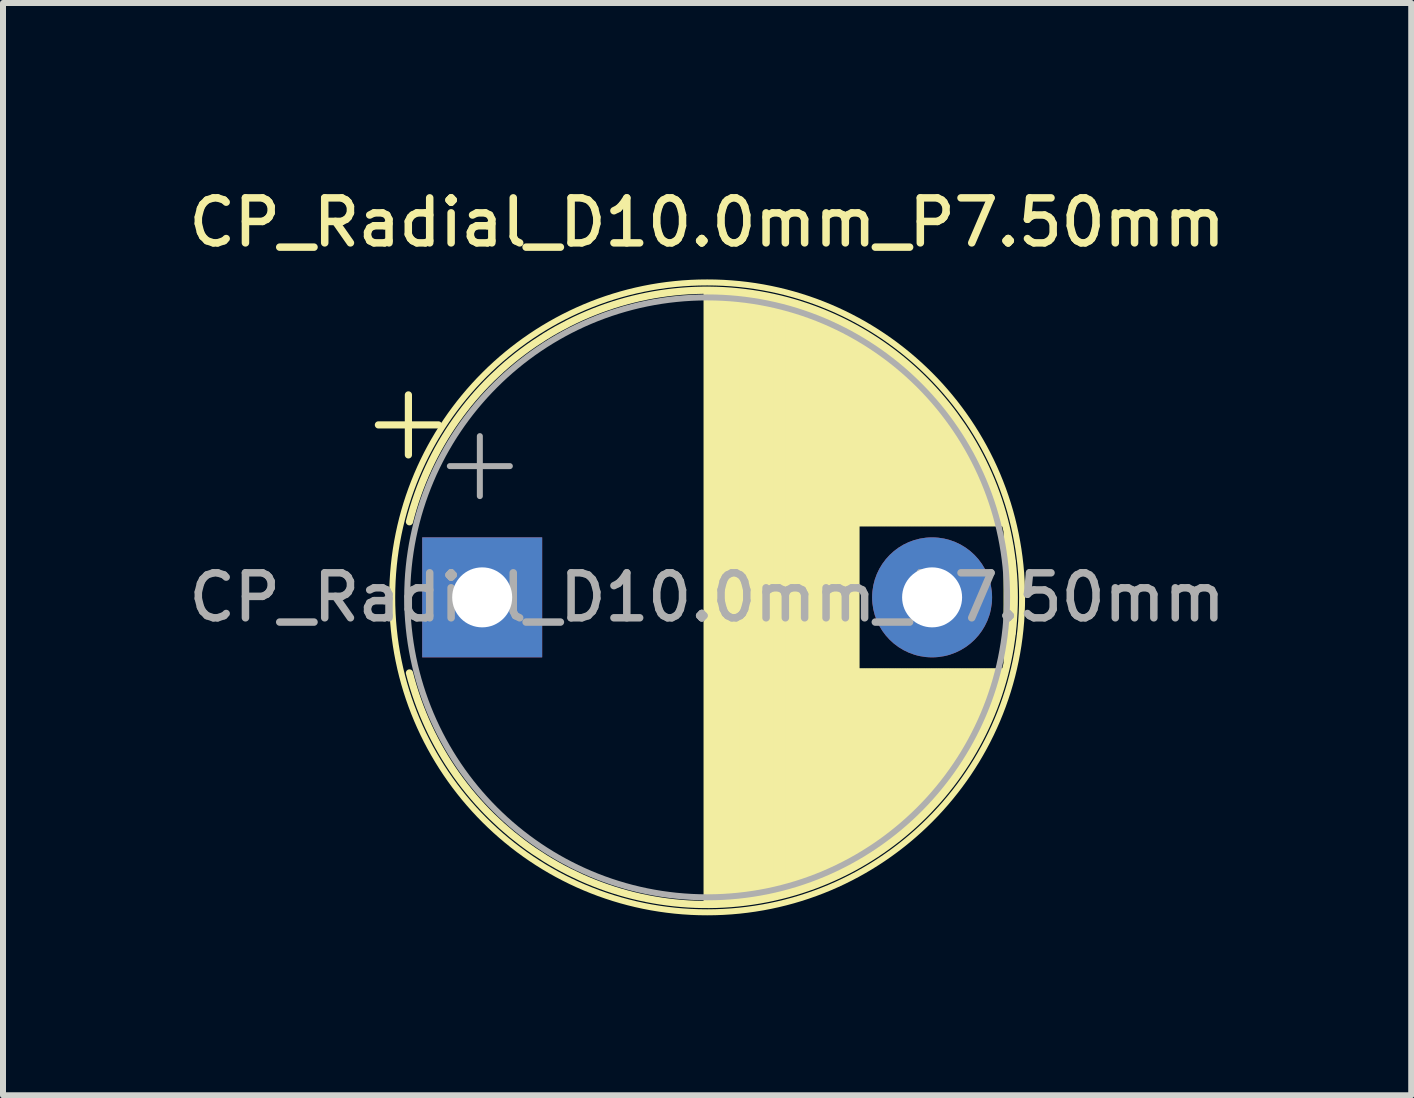
<source format=kicad_pcb>
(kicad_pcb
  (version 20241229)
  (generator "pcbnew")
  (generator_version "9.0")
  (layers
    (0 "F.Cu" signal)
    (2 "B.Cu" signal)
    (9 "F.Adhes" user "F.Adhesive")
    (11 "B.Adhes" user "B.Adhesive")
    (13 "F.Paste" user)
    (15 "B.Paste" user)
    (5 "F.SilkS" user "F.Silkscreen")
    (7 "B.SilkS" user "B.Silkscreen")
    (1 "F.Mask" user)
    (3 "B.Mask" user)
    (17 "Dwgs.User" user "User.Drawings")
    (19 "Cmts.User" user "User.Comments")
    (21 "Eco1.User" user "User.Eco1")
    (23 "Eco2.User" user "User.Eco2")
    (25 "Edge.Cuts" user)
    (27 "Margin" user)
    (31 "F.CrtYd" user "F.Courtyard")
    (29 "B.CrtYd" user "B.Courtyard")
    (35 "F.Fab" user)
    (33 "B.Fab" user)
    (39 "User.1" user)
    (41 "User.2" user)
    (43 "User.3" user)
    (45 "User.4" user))
  (footprint "CP_Radial_D10.0mm_P7.50mm"
    (layer "F.Cu")
    (at 4.988 6.908)
    (property "Reference" "CP_Radial_D10.0mm_P7.50mm" (at 3.75 -6.25 0) (layer "F.SilkS") (effects (font (size 0.75 0.75) (thickness 0.125))))
    (attr through_hole)
    (fp_line (start -1.73 -2.875) (end -0.73 -2.875) (stroke (width 0.12) (type solid)) (layer "F.SilkS"))
    (fp_line (start -1.23 -3.375) (end -1.23 -2.375) (stroke (width 0.12) (type solid)) (layer "F.SilkS"))
    (fp_line (start 3.75 -5.08) (end 3.75 5.08) (stroke (width 0.12) (type solid)) (layer "F.SilkS"))
    (fp_line (start 3.79 -5.08) (end 3.79 5.08) (stroke (width 0.12) (type solid)) (layer "F.SilkS"))
    (fp_line (start 3.83 -5.08) (end 3.83 5.08) (stroke (width 0.12) (type solid)) (layer "F.SilkS"))
    (fp_line (start 3.87 -5.079) (end 3.87 5.079) (stroke (width 0.12) (type solid)) (layer "F.SilkS"))
    (fp_line (start 3.91 -5.078) (end 3.91 5.078) (stroke (width 0.12) (type solid)) (layer "F.SilkS"))
    (fp_line (start 3.95 -5.077) (end 3.95 5.077) (stroke (width 0.12) (type solid)) (layer "F.SilkS"))
    (fp_line (start 3.99 -5.075) (end 3.99 5.075) (stroke (width 0.12) (type solid)) (layer "F.SilkS"))
    (fp_line (start 4.03 -5.073) (end 4.03 5.073) (stroke (width 0.12) (type solid)) (layer "F.SilkS"))
    (fp_line (start 4.07 -5.07) (end 4.07 5.07) (stroke (width 0.12) (type solid)) (layer "F.SilkS"))
    (fp_line (start 4.11 -5.068) (end 4.11 5.068) (stroke (width 0.12) (type solid)) (layer "F.SilkS"))
    (fp_line (start 4.15 -5.065) (end 4.15 5.065) (stroke (width 0.12) (type solid)) (layer "F.SilkS"))
    (fp_line (start 4.19 -5.062) (end 4.19 5.062) (stroke (width 0.12) (type solid)) (layer "F.SilkS"))
    (fp_line (start 4.23 -5.058) (end 4.23 5.058) (stroke (width 0.12) (type solid)) (layer "F.SilkS"))
    (fp_line (start 4.27 -5.054) (end 4.27 5.054) (stroke (width 0.12) (type solid)) (layer "F.SilkS"))
    (fp_line (start 4.31 -5.05) (end 4.31 5.05) (stroke (width 0.12) (type solid)) (layer "F.SilkS"))
    (fp_line (start 4.35 -5.045) (end 4.35 5.045) (stroke (width 0.12) (type solid)) (layer "F.SilkS"))
    (fp_line (start 4.39 -5.04) (end 4.39 5.04) (stroke (width 0.12) (type solid)) (layer "F.SilkS"))
    (fp_line (start 4.43 -5.035) (end 4.43 5.035) (stroke (width 0.12) (type solid)) (layer "F.SilkS"))
    (fp_line (start 4.471 -5.03) (end 4.471 5.03) (stroke (width 0.12) (type solid)) (layer "F.SilkS"))
    (fp_line (start 4.511 -5.024) (end 4.511 5.024) (stroke (width 0.12) (type solid)) (layer "F.SilkS"))
    (fp_line (start 4.551 -5.018) (end 4.551 5.018) (stroke (width 0.12) (type solid)) (layer "F.SilkS"))
    (fp_line (start 4.591 -5.011) (end 4.591 5.011) (stroke (width 0.12) (type solid)) (layer "F.SilkS"))
    (fp_line (start 4.631 -5.004) (end 4.631 5.004) (stroke (width 0.12) (type solid)) (layer "F.SilkS"))
    (fp_line (start 4.671 -4.997) (end 4.671 4.997) (stroke (width 0.12) (type solid)) (layer "F.SilkS"))
    (fp_line (start 4.711 -4.99) (end 4.711 4.99) (stroke (width 0.12) (type solid)) (layer "F.SilkS"))
    (fp_line (start 4.751 -4.982) (end 4.751 4.982) (stroke (width 0.12) (type solid)) (layer "F.SilkS"))
    (fp_line (start 4.791 -4.974) (end 4.791 4.974) (stroke (width 0.12) (type solid)) (layer "F.SilkS"))
    (fp_line (start 4.831 -4.965) (end 4.831 4.965) (stroke (width 0.12) (type solid)) (layer "F.SilkS"))
    (fp_line (start 4.871 -4.956) (end 4.871 4.956) (stroke (width 0.12) (type solid)) (layer "F.SilkS"))
    (fp_line (start 4.911 -4.947) (end 4.911 4.947) (stroke (width 0.12) (type solid)) (layer "F.SilkS"))
    (fp_line (start 4.951 -4.938) (end 4.951 4.938) (stroke (width 0.12) (type solid)) (layer "F.SilkS"))
    (fp_line (start 4.991 -4.928) (end 4.991 4.928) (stroke (width 0.12) (type solid)) (layer "F.SilkS"))
    (fp_line (start 5.031 -4.918) (end 5.031 4.918) (stroke (width 0.12) (type solid)) (layer "F.SilkS"))
    (fp_line (start 5.071 -4.907) (end 5.071 4.907) (stroke (width 0.12) (type solid)) (layer "F.SilkS"))
    (fp_line (start 5.111 -4.897) (end 5.111 4.897) (stroke (width 0.12) (type solid)) (layer "F.SilkS"))
    (fp_line (start 5.151 -4.885) (end 5.151 4.885) (stroke (width 0.12) (type solid)) (layer "F.SilkS"))
    (fp_line (start 5.191 -4.874) (end 5.191 4.874) (stroke (width 0.12) (type solid)) (layer "F.SilkS"))
    (fp_line (start 5.231 -4.862) (end 5.231 4.862) (stroke (width 0.12) (type solid)) (layer "F.SilkS"))
    (fp_line (start 5.271 -4.85) (end 5.271 4.85) (stroke (width 0.12) (type solid)) (layer "F.SilkS"))
    (fp_line (start 5.311 -4.837) (end 5.311 4.837) (stroke (width 0.12) (type solid)) (layer "F.SilkS"))
    (fp_line (start 5.351 -4.824) (end 5.351 4.824) (stroke (width 0.12) (type solid)) (layer "F.SilkS"))
    (fp_line (start 5.391 -4.811) (end 5.391 4.811) (stroke (width 0.12) (type solid)) (layer "F.SilkS"))
    (fp_line (start 5.431 -4.797) (end 5.431 4.797) (stroke (width 0.12) (type solid)) (layer "F.SilkS"))
    (fp_line (start 5.471 -4.783) (end 5.471 4.783) (stroke (width 0.12) (type solid)) (layer "F.SilkS"))
    (fp_line (start 5.511 -4.768) (end 5.511 4.768) (stroke (width 0.12) (type solid)) (layer "F.SilkS"))
    (fp_line (start 5.551 -4.754) (end 5.551 4.754) (stroke (width 0.12) (type solid)) (layer "F.SilkS"))
    (fp_line (start 5.591 -4.738) (end 5.591 4.738) (stroke (width 0.12) (type solid)) (layer "F.SilkS"))
    (fp_line (start 5.631 -4.723) (end 5.631 4.723) (stroke (width 0.12) (type solid)) (layer "F.SilkS"))
    (fp_line (start 5.671 -4.707) (end 5.671 4.707) (stroke (width 0.12) (type solid)) (layer "F.SilkS"))
    (fp_line (start 5.711 -4.69) (end 5.711 4.69) (stroke (width 0.12) (type solid)) (layer "F.SilkS"))
    (fp_line (start 5.751 -4.674) (end 5.751 4.674) (stroke (width 0.12) (type solid)) (layer "F.SilkS"))
    (fp_line (start 5.791 -4.657) (end 5.791 4.657) (stroke (width 0.12) (type solid)) (layer "F.SilkS"))
    (fp_line (start 5.831 -4.639) (end 5.831 4.639) (stroke (width 0.12) (type solid)) (layer "F.SilkS"))
    (fp_line (start 5.871 -4.621) (end 5.871 4.621) (stroke (width 0.12) (type solid)) (layer "F.SilkS"))
    (fp_line (start 5.911 -4.603) (end 5.911 4.603) (stroke (width 0.12) (type solid)) (layer "F.SilkS"))
    (fp_line (start 5.951 -4.584) (end 5.951 4.584) (stroke (width 0.12) (type solid)) (layer "F.SilkS"))
    (fp_line (start 5.991 -4.564) (end 5.991 4.564) (stroke (width 0.12) (type solid)) (layer "F.SilkS"))
    (fp_line (start 6.031 -4.545) (end 6.031 4.545) (stroke (width 0.12) (type solid)) (layer "F.SilkS"))
    (fp_line (start 6.071 -4.525) (end 6.071 4.525) (stroke (width 0.12) (type solid)) (layer "F.SilkS"))
    (fp_line (start 6.111 -4.504) (end 6.111 4.504) (stroke (width 0.12) (type solid)) (layer "F.SilkS"))
    (fp_line (start 6.151 -4.483) (end 6.151 4.483) (stroke (width 0.12) (type solid)) (layer "F.SilkS"))
    (fp_line (start 6.191 -4.462) (end 6.191 4.462) (stroke (width 0.12) (type solid)) (layer "F.SilkS"))
    (fp_line (start 6.231 -4.44) (end 6.231 4.44) (stroke (width 0.12) (type solid)) (layer "F.SilkS"))
    (fp_line (start 6.271 -4.417) (end 6.271 -1.241) (stroke (width 0.12) (type solid)) (layer "F.SilkS"))
    (fp_line (start 6.271 1.241) (end 6.271 4.417) (stroke (width 0.12) (type solid)) (layer "F.SilkS"))
    (fp_line (start 6.311 -4.395) (end 6.311 -1.241) (stroke (width 0.12) (type solid)) (layer "F.SilkS"))
    (fp_line (start 6.311 1.241) (end 6.311 4.395) (stroke (width 0.12) (type solid)) (layer "F.SilkS"))
    (fp_line (start 6.351 -4.371) (end 6.351 -1.241) (stroke (width 0.12) (type solid)) (layer "F.SilkS"))
    (fp_line (start 6.351 1.241) (end 6.351 4.371) (stroke (width 0.12) (type solid)) (layer "F.SilkS"))
    (fp_line (start 6.391 -4.347) (end 6.391 -1.241) (stroke (width 0.12) (type solid)) (layer "F.SilkS"))
    (fp_line (start 6.391 1.241) (end 6.391 4.347) (stroke (width 0.12) (type solid)) (layer "F.SilkS"))
    (fp_line (start 6.431 -4.323) (end 6.431 -1.241) (stroke (width 0.12) (type solid)) (layer "F.SilkS"))
    (fp_line (start 6.431 1.241) (end 6.431 4.323) (stroke (width 0.12) (type solid)) (layer "F.SilkS"))
    (fp_line (start 6.471 -4.298) (end 6.471 -1.241) (stroke (width 0.12) (type solid)) (layer "F.SilkS"))
    (fp_line (start 6.471 1.241) (end 6.471 4.298) (stroke (width 0.12) (type solid)) (layer "F.SilkS"))
    (fp_line (start 6.511 -4.273) (end 6.511 -1.241) (stroke (width 0.12) (type solid)) (layer "F.SilkS"))
    (fp_line (start 6.511 1.241) (end 6.511 4.273) (stroke (width 0.12) (type solid)) (layer "F.SilkS"))
    (fp_line (start 6.551 -4.247) (end 6.551 -1.241) (stroke (width 0.12) (type solid)) (layer "F.SilkS"))
    (fp_line (start 6.551 1.241) (end 6.551 4.247) (stroke (width 0.12) (type solid)) (layer "F.SilkS"))
    (fp_line (start 6.591 -4.221) (end 6.591 -1.241) (stroke (width 0.12) (type solid)) (layer "F.SilkS"))
    (fp_line (start 6.591 1.241) (end 6.591 4.221) (stroke (width 0.12) (type solid)) (layer "F.SilkS"))
    (fp_line (start 6.631 -4.194) (end 6.631 -1.241) (stroke (width 0.12) (type solid)) (layer "F.SilkS"))
    (fp_line (start 6.631 1.241) (end 6.631 4.194) (stroke (width 0.12) (type solid)) (layer "F.SilkS"))
    (fp_line (start 6.671 -4.166) (end 6.671 -1.241) (stroke (width 0.12) (type solid)) (layer "F.SilkS"))
    (fp_line (start 6.671 1.241) (end 6.671 4.166) (stroke (width 0.12) (type solid)) (layer "F.SilkS"))
    (fp_line (start 6.711 -4.138) (end 6.711 -1.241) (stroke (width 0.12) (type solid)) (layer "F.SilkS"))
    (fp_line (start 6.711 1.241) (end 6.711 4.138) (stroke (width 0.12) (type solid)) (layer "F.SilkS"))
    (fp_line (start 6.751 -4.11) (end 6.751 -1.241) (stroke (width 0.12) (type solid)) (layer "F.SilkS"))
    (fp_line (start 6.751 1.241) (end 6.751 4.11) (stroke (width 0.12) (type solid)) (layer "F.SilkS"))
    (fp_line (start 6.791 -4.08) (end 6.791 -1.241) (stroke (width 0.12) (type solid)) (layer "F.SilkS"))
    (fp_line (start 6.791 1.241) (end 6.791 4.08) (stroke (width 0.12) (type solid)) (layer "F.SilkS"))
    (fp_line (start 6.831 -4.05) (end 6.831 -1.241) (stroke (width 0.12) (type solid)) (layer "F.SilkS"))
    (fp_line (start 6.831 1.241) (end 6.831 4.05) (stroke (width 0.12) (type solid)) (layer "F.SilkS"))
    (fp_line (start 6.871 -4.02) (end 6.871 -1.241) (stroke (width 0.12) (type solid)) (layer "F.SilkS"))
    (fp_line (start 6.871 1.241) (end 6.871 4.02) (stroke (width 0.12) (type solid)) (layer "F.SilkS"))
    (fp_line (start 6.911 -3.989) (end 6.911 -1.241) (stroke (width 0.12) (type solid)) (layer "F.SilkS"))
    (fp_line (start 6.911 1.241) (end 6.911 3.989) (stroke (width 0.12) (type solid)) (layer "F.SilkS"))
    (fp_line (start 6.951 -3.957) (end 6.951 -1.241) (stroke (width 0.12) (type solid)) (layer "F.SilkS"))
    (fp_line (start 6.951 1.241) (end 6.951 3.957) (stroke (width 0.12) (type solid)) (layer "F.SilkS"))
    (fp_line (start 6.991 -3.925) (end 6.991 -1.241) (stroke (width 0.12) (type solid)) (layer "F.SilkS"))
    (fp_line (start 6.991 1.241) (end 6.991 3.925) (stroke (width 0.12) (type solid)) (layer "F.SilkS"))
    (fp_line (start 7.031 -3.892) (end 7.031 -1.241) (stroke (width 0.12) (type solid)) (layer "F.SilkS"))
    (fp_line (start 7.031 1.241) (end 7.031 3.892) (stroke (width 0.12) (type solid)) (layer "F.SilkS"))
    (fp_line (start 7.071 -3.858) (end 7.071 -1.241) (stroke (width 0.12) (type solid)) (layer "F.SilkS"))
    (fp_line (start 7.071 1.241) (end 7.071 3.858) (stroke (width 0.12) (type solid)) (layer "F.SilkS"))
    (fp_line (start 7.111 -3.824) (end 7.111 -1.241) (stroke (width 0.12) (type solid)) (layer "F.SilkS"))
    (fp_line (start 7.111 1.241) (end 7.111 3.824) (stroke (width 0.12) (type solid)) (layer "F.SilkS"))
    (fp_line (start 7.151 -3.789) (end 7.151 -1.241) (stroke (width 0.12) (type solid)) (layer "F.SilkS"))
    (fp_line (start 7.151 1.241) (end 7.151 3.789) (stroke (width 0.12) (type solid)) (layer "F.SilkS"))
    (fp_line (start 7.191 -3.753) (end 7.191 -1.241) (stroke (width 0.12) (type solid)) (layer "F.SilkS"))
    (fp_line (start 7.191 1.241) (end 7.191 3.753) (stroke (width 0.12) (type solid)) (layer "F.SilkS"))
    (fp_line (start 7.231 -3.716) (end 7.231 -1.241) (stroke (width 0.12) (type solid)) (layer "F.SilkS"))
    (fp_line (start 7.231 1.241) (end 7.231 3.716) (stroke (width 0.12) (type solid)) (layer "F.SilkS"))
    (fp_line (start 7.271 -3.679) (end 7.271 -1.241) (stroke (width 0.12) (type solid)) (layer "F.SilkS"))
    (fp_line (start 7.271 1.241) (end 7.271 3.679) (stroke (width 0.12) (type solid)) (layer "F.SilkS"))
    (fp_line (start 7.311 -3.64) (end 7.311 -1.241) (stroke (width 0.12) (type solid)) (layer "F.SilkS"))
    (fp_line (start 7.311 1.241) (end 7.311 3.64) (stroke (width 0.12) (type solid)) (layer "F.SilkS"))
    (fp_line (start 7.351 -3.601) (end 7.351 -1.241) (stroke (width 0.12) (type solid)) (layer "F.SilkS"))
    (fp_line (start 7.351 1.241) (end 7.351 3.601) (stroke (width 0.12) (type solid)) (layer "F.SilkS"))
    (fp_line (start 7.391 -3.561) (end 7.391 -1.241) (stroke (width 0.12) (type solid)) (layer "F.SilkS"))
    (fp_line (start 7.391 1.241) (end 7.391 3.561) (stroke (width 0.12) (type solid)) (layer "F.SilkS"))
    (fp_line (start 7.431 -3.52) (end 7.431 -1.241) (stroke (width 0.12) (type solid)) (layer "F.SilkS"))
    (fp_line (start 7.431 1.241) (end 7.431 3.52) (stroke (width 0.12) (type solid)) (layer "F.SilkS"))
    (fp_line (start 7.471 -3.478) (end 7.471 -1.241) (stroke (width 0.12) (type solid)) (layer "F.SilkS"))
    (fp_line (start 7.471 1.241) (end 7.471 3.478) (stroke (width 0.12) (type solid)) (layer "F.SilkS"))
    (fp_line (start 7.511 -3.436) (end 7.511 -1.241) (stroke (width 0.12) (type solid)) (layer "F.SilkS"))
    (fp_line (start 7.511 1.241) (end 7.511 3.436) (stroke (width 0.12) (type solid)) (layer "F.SilkS"))
    (fp_line (start 7.551 -3.392) (end 7.551 -1.241) (stroke (width 0.12) (type solid)) (layer "F.SilkS"))
    (fp_line (start 7.551 1.241) (end 7.551 3.392) (stroke (width 0.12) (type solid)) (layer "F.SilkS"))
    (fp_line (start 7.591 -3.347) (end 7.591 -1.241) (stroke (width 0.12) (type solid)) (layer "F.SilkS"))
    (fp_line (start 7.591 1.241) (end 7.591 3.347) (stroke (width 0.12) (type solid)) (layer "F.SilkS"))
    (fp_line (start 7.631 -3.301) (end 7.631 -1.241) (stroke (width 0.12) (type solid)) (layer "F.SilkS"))
    (fp_line (start 7.631 1.241) (end 7.631 3.301) (stroke (width 0.12) (type solid)) (layer "F.SilkS"))
    (fp_line (start 7.671 -3.254) (end 7.671 -1.241) (stroke (width 0.12) (type solid)) (layer "F.SilkS"))
    (fp_line (start 7.671 1.241) (end 7.671 3.254) (stroke (width 0.12) (type solid)) (layer "F.SilkS"))
    (fp_line (start 7.711 -3.206) (end 7.711 -1.241) (stroke (width 0.12) (type solid)) (layer "F.SilkS"))
    (fp_line (start 7.711 1.241) (end 7.711 3.206) (stroke (width 0.12) (type solid)) (layer "F.SilkS"))
    (fp_line (start 7.751 -3.156) (end 7.751 -1.241) (stroke (width 0.12) (type solid)) (layer "F.SilkS"))
    (fp_line (start 7.751 1.241) (end 7.751 3.156) (stroke (width 0.12) (type solid)) (layer "F.SilkS"))
    (fp_line (start 7.791 -3.106) (end 7.791 -1.241) (stroke (width 0.12) (type solid)) (layer "F.SilkS"))
    (fp_line (start 7.791 1.241) (end 7.791 3.106) (stroke (width 0.12) (type solid)) (layer "F.SilkS"))
    (fp_line (start 7.831 -3.054) (end 7.831 -1.241) (stroke (width 0.12) (type solid)) (layer "F.SilkS"))
    (fp_line (start 7.831 1.241) (end 7.831 3.054) (stroke (width 0.12) (type solid)) (layer "F.SilkS"))
    (fp_line (start 7.871 -3) (end 7.871 -1.241) (stroke (width 0.12) (type solid)) (layer "F.SilkS"))
    (fp_line (start 7.871 1.241) (end 7.871 3) (stroke (width 0.12) (type solid)) (layer "F.SilkS"))
    (fp_line (start 7.911 -2.945) (end 7.911 -1.241) (stroke (width 0.12) (type solid)) (layer "F.SilkS"))
    (fp_line (start 7.911 1.241) (end 7.911 2.945) (stroke (width 0.12) (type solid)) (layer "F.SilkS"))
    (fp_line (start 7.951 -2.889) (end 7.951 -1.241) (stroke (width 0.12) (type solid)) (layer "F.SilkS"))
    (fp_line (start 7.951 1.241) (end 7.951 2.889) (stroke (width 0.12) (type solid)) (layer "F.SilkS"))
    (fp_line (start 7.991 -2.83) (end 7.991 -1.241) (stroke (width 0.12) (type solid)) (layer "F.SilkS"))
    (fp_line (start 7.991 1.241) (end 7.991 2.83) (stroke (width 0.12) (type solid)) (layer "F.SilkS"))
    (fp_line (start 8.031 -2.77) (end 8.031 -1.241) (stroke (width 0.12) (type solid)) (layer "F.SilkS"))
    (fp_line (start 8.031 1.241) (end 8.031 2.77) (stroke (width 0.12) (type solid)) (layer "F.SilkS"))
    (fp_line (start 8.071 -2.709) (end 8.071 -1.241) (stroke (width 0.12) (type solid)) (layer "F.SilkS"))
    (fp_line (start 8.071 1.241) (end 8.071 2.709) (stroke (width 0.12) (type solid)) (layer "F.SilkS"))
    (fp_line (start 8.111 -2.645) (end 8.111 -1.241) (stroke (width 0.12) (type solid)) (layer "F.SilkS"))
    (fp_line (start 8.111 1.241) (end 8.111 2.645) (stroke (width 0.12) (type solid)) (layer "F.SilkS"))
    (fp_line (start 8.151 -2.579) (end 8.151 -1.241) (stroke (width 0.12) (type solid)) (layer "F.SilkS"))
    (fp_line (start 8.151 1.241) (end 8.151 2.579) (stroke (width 0.12) (type solid)) (layer "F.SilkS"))
    (fp_line (start 8.191 -2.51) (end 8.191 -1.241) (stroke (width 0.12) (type solid)) (layer "F.SilkS"))
    (fp_line (start 8.191 1.241) (end 8.191 2.51) (stroke (width 0.12) (type solid)) (layer "F.SilkS"))
    (fp_line (start 8.231 -2.439) (end 8.231 -1.241) (stroke (width 0.12) (type solid)) (layer "F.SilkS"))
    (fp_line (start 8.231 1.241) (end 8.231 2.439) (stroke (width 0.12) (type solid)) (layer "F.SilkS"))
    (fp_line (start 8.271 -2.365) (end 8.271 -1.241) (stroke (width 0.12) (type solid)) (layer "F.SilkS"))
    (fp_line (start 8.271 1.241) (end 8.271 2.365) (stroke (width 0.12) (type solid)) (layer "F.SilkS"))
    (fp_line (start 8.311 -2.289) (end 8.311 -1.241) (stroke (width 0.12) (type solid)) (layer "F.SilkS"))
    (fp_line (start 8.311 1.241) (end 8.311 2.289) (stroke (width 0.12) (type solid)) (layer "F.SilkS"))
    (fp_line (start 8.351 -2.209) (end 8.351 -1.241) (stroke (width 0.12) (type solid)) (layer "F.SilkS"))
    (fp_line (start 8.351 1.241) (end 8.351 2.209) (stroke (width 0.12) (type solid)) (layer "F.SilkS"))
    (fp_line (start 8.391 -2.125) (end 8.391 -1.241) (stroke (width 0.12) (type solid)) (layer "F.SilkS"))
    (fp_line (start 8.391 1.241) (end 8.391 2.125) (stroke (width 0.12) (type solid)) (layer "F.SilkS"))
    (fp_line (start 8.431 -2.037) (end 8.431 -1.241) (stroke (width 0.12) (type solid)) (layer "F.SilkS"))
    (fp_line (start 8.431 1.241) (end 8.431 2.037) (stroke (width 0.12) (type solid)) (layer "F.SilkS"))
    (fp_line (start 8.471 -1.944) (end 8.471 -1.241) (stroke (width 0.12) (type solid)) (layer "F.SilkS"))
    (fp_line (start 8.471 1.241) (end 8.471 1.944) (stroke (width 0.12) (type solid)) (layer "F.SilkS"))
    (fp_line (start 8.511 -1.846) (end 8.511 -1.241) (stroke (width 0.12) (type solid)) (layer "F.SilkS"))
    (fp_line (start 8.511 1.241) (end 8.511 1.846) (stroke (width 0.12) (type solid)) (layer "F.SilkS"))
    (fp_line (start 8.551 -1.742) (end 8.551 -1.241) (stroke (width 0.12) (type solid)) (layer "F.SilkS"))
    (fp_line (start 8.551 1.241) (end 8.551 1.742) (stroke (width 0.12) (type solid)) (layer "F.SilkS"))
    (fp_line (start 8.591 -1.63) (end 8.591 -1.241) (stroke (width 0.12) (type solid)) (layer "F.SilkS"))
    (fp_line (start 8.591 1.241) (end 8.591 1.63) (stroke (width 0.12) (type solid)) (layer "F.SilkS"))
    (fp_line (start 8.631 -1.51) (end 8.631 -1.241) (stroke (width 0.12) (type solid)) (layer "F.SilkS"))
    (fp_line (start 8.631 1.241) (end 8.631 1.51) (stroke (width 0.12) (type solid)) (layer "F.SilkS"))
    (fp_line (start 8.671 -1.378) (end 8.671 -1.241) (stroke (width 0.12) (type solid)) (layer "F.SilkS"))
    (fp_line (start 8.671 1.241) (end 8.671 1.378) (stroke (width 0.12) (type solid)) (layer "F.SilkS"))
    (fp_line (start 8.751 -1.062) (end 8.751 1.062) (stroke (width 0.12) (type solid)) (layer "F.SilkS"))
    (fp_line (start 8.791 -0.862) (end 8.791 0.862) (stroke (width 0.12) (type solid)) (layer "F.SilkS"))
    (fp_line (start 8.831 -0.599) (end 8.831 0.599) (stroke (width 0.12) (type solid)) (layer "F.SilkS"))
    (fp_arc (start -1.21254 -1.26) (mid 8.87 0) (end -1.21254 1.26) (stroke (width 0.12) (type solid)) (layer "F.SilkS"))
    (fp_circle (center 3.75 0) (end 9 0) (stroke (width 0.1) (type solid)) (fill no) (layer "F.SilkS"))
    (fp_line (start -0.539 -2.188) (end 0.461 -2.188) (stroke (width 0.1) (type solid)) (layer "F.Fab"))
    (fp_line (start -0.039 -2.688) (end -0.039 -1.688) (stroke (width 0.1) (type solid)) (layer "F.Fab"))
    (fp_circle (center 3.75 0) (end 8.75 0) (stroke (width 0.1) (type solid)) (fill no) (layer "F.Fab"))
    (fp_text user "${REFERENCE}" (at 3.75 0 0) (layer "F.Fab") (effects (font (size 0.75 0.75) (thickness 0.125))))
    (pad "1" thru_hole rect (at 0 0) (size 2 2) (drill 1) (layers "*.Cu" "*.Mask"))
    (pad "2" thru_hole circle (at 7.5 0) (size 2 2) (drill 1) (layers "*.Cu" "*.Mask")))
  (gr_rect
    (start -3 -3)
    (end 20.475 15.208)
    (stroke (width 0.1) (type default))
    (fill no)
    (layer "Edge.Cuts")))
</source>
